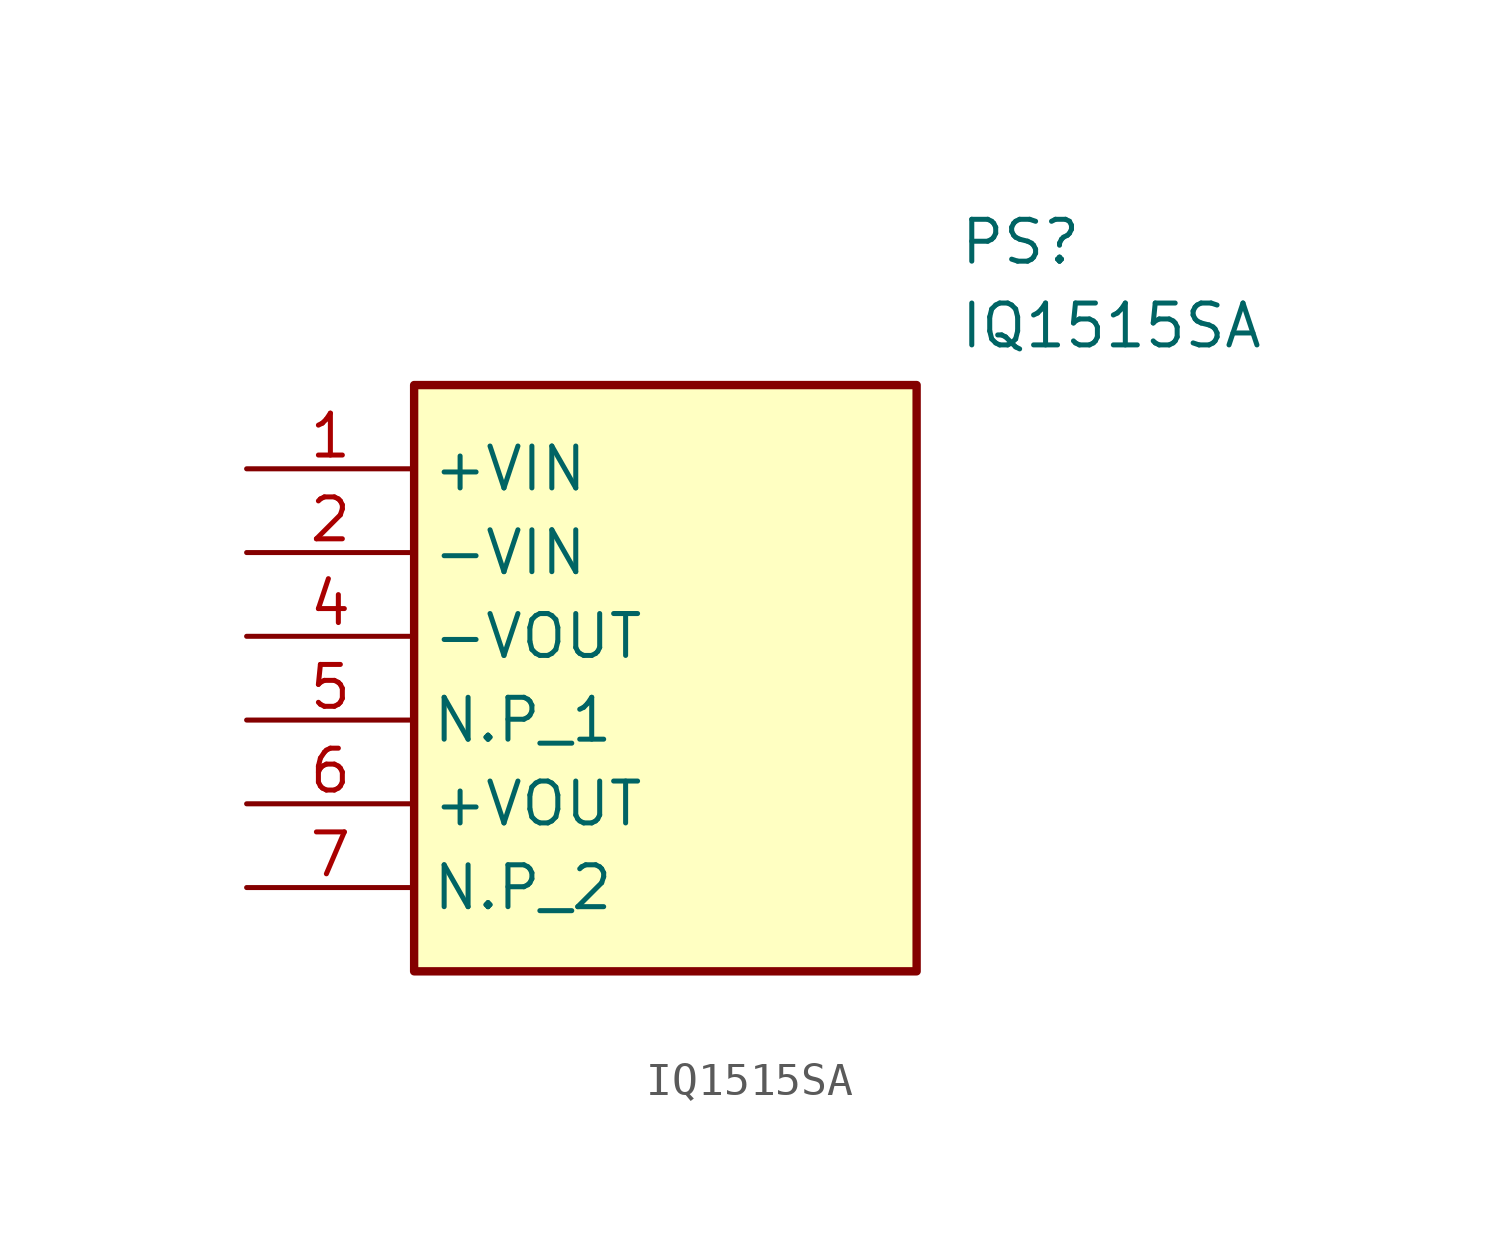
<source format=kicad_sym>
(kicad_symbol_lib
  (version 20211014)
  (generator SamacSys_ECAD_Model)
  (symbol "IQ1515SA"
    (property "Reference" "PS"
      (at 21.59 7.62 0)
      (effects (font (size 1.27 1.27)) (justify left top)))
    (property "Value" "IQ1515SA"
      (at 21.59 5.08 0)
      (effects (font (size 1.27 1.27)) (justify left top)))
    (rectangle
      (start 5.08 2.54)
      (end 20.32 -15.24)
      (stroke (width 0.254) (type default))
      (fill (type background)))
    (pin passive line
      (at 0 0 0)
      (length 5.08)
      (name "+VIN" (effects (font (size 1.27 1.27))))
      (number "1" (effects (font (size 1.27 1.27)))))
    (pin passive line
      (at 0 -2.54 0)
      (length 5.08)
      (name "-VIN" (effects (font (size 1.27 1.27))))
      (number "2" (effects (font (size 1.27 1.27)))))
    (pin passive line
      (at 0 -5.08 0)
      (length 5.08)
      (name "-VOUT" (effects (font (size 1.27 1.27))))
      (number "4" (effects (font (size 1.27 1.27)))))
    (pin passive line
      (at 0 -7.62 0)
      (length 5.08)
      (name "N.P_1" (effects (font (size 1.27 1.27))))
      (number "5" (effects (font (size 1.27 1.27)))))
    (pin passive line
      (at 0 -10.16 0)
      (length 5.08)
      (name "+VOUT" (effects (font (size 1.27 1.27))))
      (number "6" (effects (font (size 1.27 1.27)))))
    (pin passive line
      (at 0 -12.7 0)
      (length 5.08)
      (name "N.P_2" (effects (font (size 1.27 1.27))))
      (number "7" (effects (font (size 1.27 1.27)))))))
</source>
